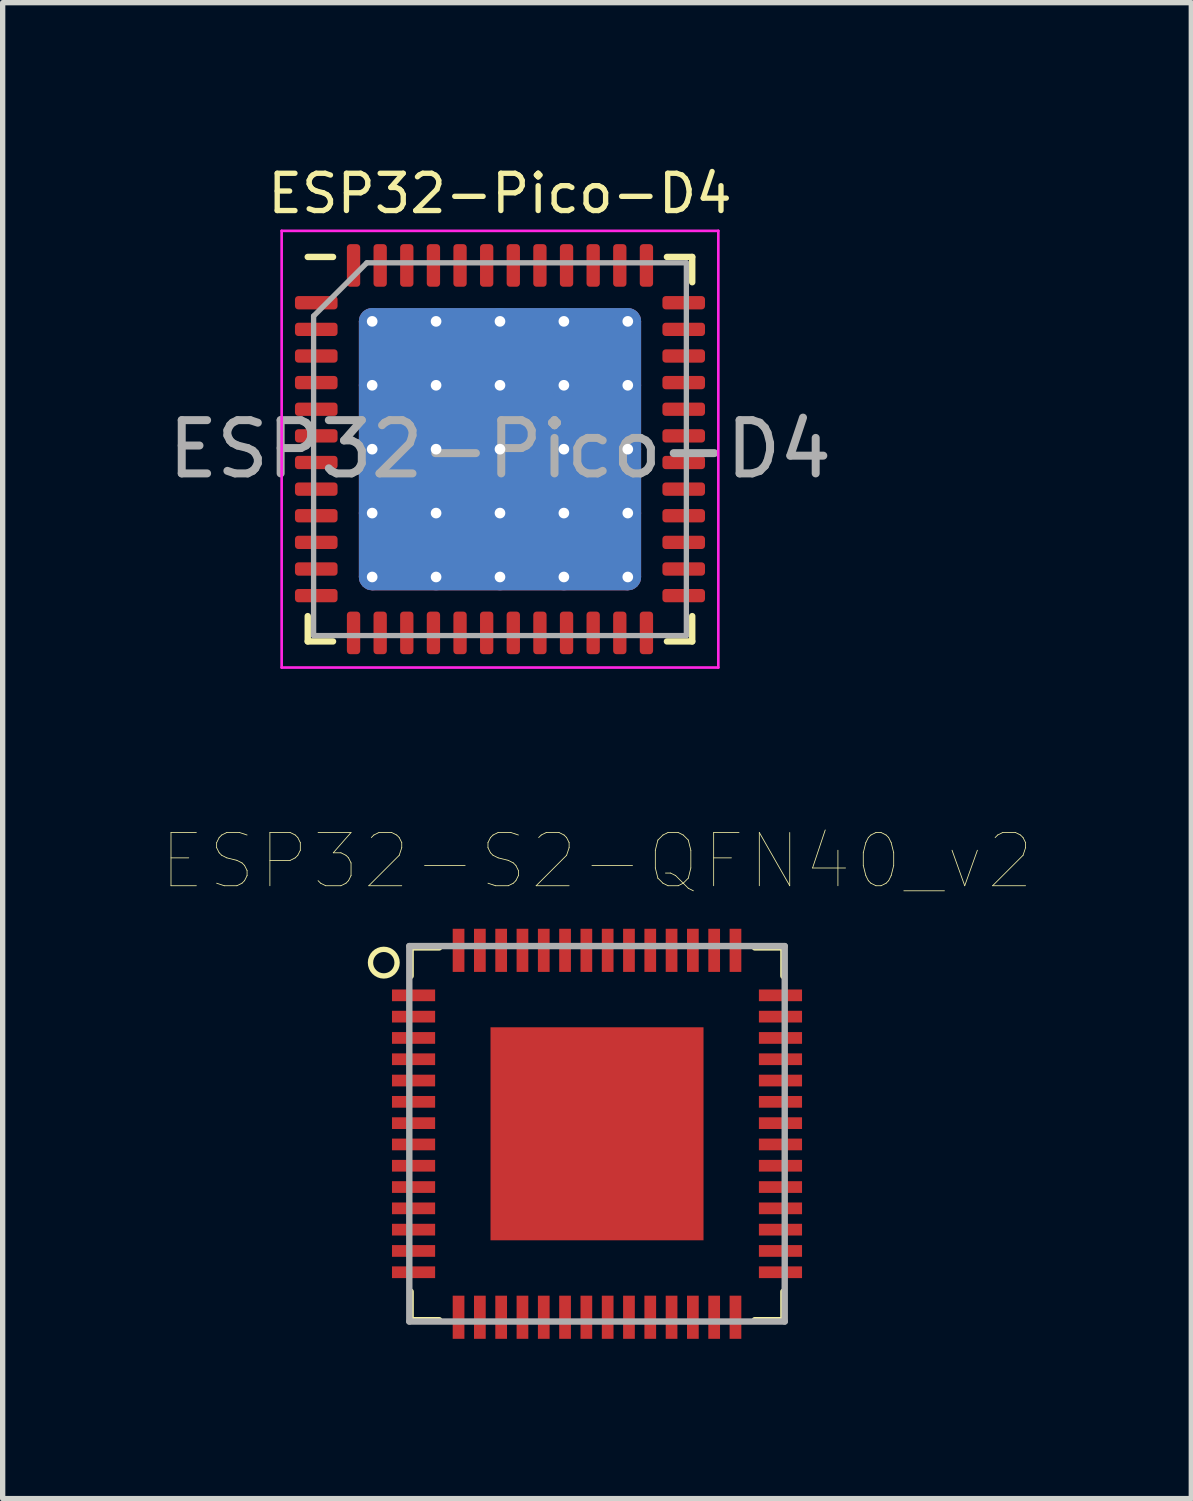
<source format=kicad_pcb>
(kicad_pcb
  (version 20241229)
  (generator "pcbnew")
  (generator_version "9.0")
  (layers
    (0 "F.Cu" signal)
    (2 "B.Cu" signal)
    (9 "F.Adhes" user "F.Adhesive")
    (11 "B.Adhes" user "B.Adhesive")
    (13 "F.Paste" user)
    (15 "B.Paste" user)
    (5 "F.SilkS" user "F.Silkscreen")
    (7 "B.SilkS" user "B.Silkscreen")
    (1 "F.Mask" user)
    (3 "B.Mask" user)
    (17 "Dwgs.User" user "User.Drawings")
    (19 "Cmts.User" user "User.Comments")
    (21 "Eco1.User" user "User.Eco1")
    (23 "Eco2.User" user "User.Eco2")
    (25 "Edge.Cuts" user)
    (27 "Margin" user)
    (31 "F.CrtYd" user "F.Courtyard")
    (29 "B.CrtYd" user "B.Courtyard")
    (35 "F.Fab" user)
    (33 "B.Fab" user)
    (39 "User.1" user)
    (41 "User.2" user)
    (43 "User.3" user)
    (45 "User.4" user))
  (footprint "ESP32-S2-QFN40_v2"
    (layer "F.Cu")
    (at 8.161 18.241)
    (property "Reference" "ESP32-S2-QFN40_v2" (at 0 -5.12 180) (layer "F.SilkS") (effects (font (size 1 1) (thickness 0.015))))
    (attr through_hole)
    (fp_line (start -3.5 -3.5) (end -2.964 -3.5) (stroke (width 0.12) (type solid)) (layer "F.SilkS"))
    (fp_line (start -3.5 -2.964) (end -3.5 -3.5) (stroke (width 0.12) (type solid)) (layer "F.SilkS"))
    (fp_line (start -3.5 2.964) (end -3.5 3.5) (stroke (width 0.12) (type solid)) (layer "F.SilkS"))
    (fp_line (start -3.5 3.5) (end -2.964 3.5) (stroke (width 0.12) (type solid)) (layer "F.SilkS"))
    (fp_line (start 3.5 -3.5) (end 2.964 -3.5) (stroke (width 0.12) (type solid)) (layer "F.SilkS"))
    (fp_line (start 3.5 -2.964) (end 3.5 -3.5) (stroke (width 0.12) (type solid)) (layer "F.SilkS"))
    (fp_line (start 3.5 2.964) (end 3.5 3.5) (stroke (width 0.12) (type solid)) (layer "F.SilkS"))
    (fp_line (start 3.5 3.5) (end 2.964 3.5) (stroke (width 0.12) (type solid)) (layer "F.SilkS"))
    (fp_circle (center -4.004 -3.214) (end -3.754 -3.214) (stroke (width 0.1) (type solid)) (fill no) (layer "F.SilkS"))
    (fp_line (start -3.525 -3.525) (end 3.525 -3.525) (stroke (width 0.12) (type solid)) (layer "F.Fab"))
    (fp_line (start -3.525 3.525) (end -3.525 -3.525) (stroke (width 0.12) (type solid)) (layer "F.Fab"))
    (fp_line (start 3.525 -3.525) (end 3.525 3.525) (stroke (width 0.12) (type solid)) (layer "F.Fab"))
    (fp_line (start 3.525 3.525) (end -3.525 3.525) (stroke (width 0.12) (type solid)) (layer "F.Fab"))
    (pad "" smd rect (at 0 0) (size 2.5 2.5) (layers "F.Paste"))
    (pad "1" smd rect (at -3.445 -2.6) (size 0.81 0.22) (layers "F.Cu" "F.Mask" "F.Paste"))
    (pad "2" smd rect (at -3.445 -2.2) (size 0.81 0.22) (layers "F.Cu" "F.Mask" "F.Paste"))
    (pad "3" smd rect (at -3.445 -1.8) (size 0.81 0.22) (layers "F.Cu" "F.Mask" "F.Paste"))
    (pad "4" smd rect (at -3.445 -1.4) (size 0.81 0.22) (layers "F.Cu" "F.Mask" "F.Paste"))
    (pad "5" smd rect (at -3.445 -1) (size 0.81 0.22) (layers "F.Cu" "F.Mask" "F.Paste"))
    (pad "6" smd rect (at -3.445 -0.6) (size 0.81 0.22) (layers "F.Cu" "F.Mask" "F.Paste"))
    (pad "7" smd rect (at -3.445 -0.2) (size 0.81 0.22) (layers "F.Cu" "F.Mask" "F.Paste"))
    (pad "8" smd rect (at -3.445 0.2) (size 0.81 0.22) (layers "F.Cu" "F.Mask" "F.Paste"))
    (pad "9" smd rect (at -3.445 0.6) (size 0.81 0.22) (layers "F.Cu" "F.Mask" "F.Paste"))
    (pad "10" smd rect (at -3.445 1) (size 0.81 0.22) (layers "F.Cu" "F.Mask" "F.Paste"))
    (pad "11" smd rect (at -3.445 1.4) (size 0.81 0.22) (layers "F.Cu" "F.Mask" "F.Paste"))
    (pad "12" smd rect (at -3.445 1.8) (size 0.81 0.22) (layers "F.Cu" "F.Mask" "F.Paste"))
    (pad "13" smd rect (at -3.445 2.2) (size 0.81 0.22) (layers "F.Cu" "F.Mask" "F.Paste"))
    (pad "14" smd rect (at -3.445 2.6) (size 0.81 0.22) (layers "F.Cu" "F.Mask" "F.Paste"))
    (pad "15" smd rect (at -2.6 3.445) (size 0.22 0.81) (layers "F.Cu" "F.Mask" "F.Paste"))
    (pad "16" smd rect (at -2.2 3.445) (size 0.22 0.81) (layers "F.Cu" "F.Mask" "F.Paste"))
    (pad "17" smd rect (at -1.8 3.445) (size 0.22 0.81) (layers "F.Cu" "F.Mask" "F.Paste"))
    (pad "18" smd rect (at -1.4 3.445) (size 0.22 0.81) (layers "F.Cu" "F.Mask" "F.Paste"))
    (pad "19" smd rect (at -1 3.445) (size 0.22 0.81) (layers "F.Cu" "F.Mask" "F.Paste"))
    (pad "20" smd rect (at -0.6 3.445) (size 0.22 0.81) (layers "F.Cu" "F.Mask" "F.Paste"))
    (pad "21" smd rect (at -0.2 3.445) (size 0.22 0.81) (layers "F.Cu" "F.Mask" "F.Paste"))
    (pad "22" smd rect (at 0.2 3.445) (size 0.22 0.81) (layers "F.Cu" "F.Mask" "F.Paste"))
    (pad "23" smd rect (at 0.6 3.445) (size 0.22 0.81) (layers "F.Cu" "F.Mask" "F.Paste"))
    (pad "24" smd rect (at 1 3.445) (size 0.22 0.81) (layers "F.Cu" "F.Mask" "F.Paste"))
    (pad "25" smd rect (at 1.4 3.445) (size 0.22 0.81) (layers "F.Cu" "F.Mask" "F.Paste"))
    (pad "26" smd rect (at 1.8 3.445) (size 0.22 0.81) (layers "F.Cu" "F.Mask" "F.Paste"))
    (pad "27" smd rect (at 2.2 3.445) (size 0.22 0.81) (layers "F.Cu" "F.Mask" "F.Paste"))
    (pad "28" smd rect (at 2.6 3.445) (size 0.22 0.81) (layers "F.Cu" "F.Mask" "F.Paste"))
    (pad "29" smd rect (at 3.445 2.6) (size 0.81 0.22) (layers "F.Cu" "F.Mask" "F.Paste"))
    (pad "30" smd rect (at 3.445 2.2) (size 0.81 0.22) (layers "F.Cu" "F.Mask" "F.Paste"))
    (pad "31" smd rect (at 3.445 1.8) (size 0.81 0.22) (layers "F.Cu" "F.Mask" "F.Paste"))
    (pad "32" smd rect (at 3.445 1.4) (size 0.81 0.22) (layers "F.Cu" "F.Mask" "F.Paste"))
    (pad "33" smd rect (at 3.445 1) (size 0.81 0.22) (layers "F.Cu" "F.Mask" "F.Paste"))
    (pad "34" smd rect (at 3.445 0.6) (size 0.81 0.22) (layers "F.Cu" "F.Mask" "F.Paste"))
    (pad "35" smd rect (at 3.445 0.2) (size 0.81 0.22) (layers "F.Cu" "F.Mask" "F.Paste"))
    (pad "36" smd rect (at 3.445 -0.2) (size 0.81 0.22) (layers "F.Cu" "F.Mask" "F.Paste"))
    (pad "37" smd rect (at 3.445 -0.6) (size 0.81 0.22) (layers "F.Cu" "F.Mask" "F.Paste"))
    (pad "38" smd rect (at 3.445 -1) (size 0.81 0.22) (layers "F.Cu" "F.Mask" "F.Paste"))
    (pad "39" smd rect (at 3.445 -1.4) (size 0.81 0.22) (layers "F.Cu" "F.Mask" "F.Paste"))
    (pad "40" smd rect (at 3.445 -1.8) (size 0.81 0.22) (layers "F.Cu" "F.Mask" "F.Paste"))
    (pad "41" smd rect (at 3.445 -2.2) (size 0.81 0.22) (layers "F.Cu" "F.Mask" "F.Paste"))
    (pad "42" smd rect (at 3.445 -2.6) (size 0.81 0.22) (layers "F.Cu" "F.Mask" "F.Paste"))
    (pad "43" smd rect (at 2.6 -3.445) (size 0.22 0.81) (layers "F.Cu" "F.Mask" "F.Paste"))
    (pad "44" smd rect (at 2.2 -3.445) (size 0.22 0.81) (layers "F.Cu" "F.Mask" "F.Paste"))
    (pad "45" smd rect (at 1.8 -3.445) (size 0.22 0.81) (layers "F.Cu" "F.Mask" "F.Paste"))
    (pad "46" smd rect (at 1.4 -3.445) (size 0.22 0.81) (layers "F.Cu" "F.Mask" "F.Paste"))
    (pad "47" smd rect (at 1 -3.445) (size 0.22 0.81) (layers "F.Cu" "F.Mask" "F.Paste"))
    (pad "48" smd rect (at 0.6 -3.445) (size 0.22 0.81) (layers "F.Cu" "F.Mask" "F.Paste"))
    (pad "49" smd rect (at 0.2 -3.445) (size 0.22 0.81) (layers "F.Cu" "F.Mask" "F.Paste"))
    (pad "50" smd rect (at -0.2 -3.445) (size 0.22 0.81) (layers "F.Cu" "F.Mask" "F.Paste"))
    (pad "51" smd rect (at -0.6 -3.445) (size 0.22 0.81) (layers "F.Cu" "F.Mask" "F.Paste"))
    (pad "52" smd rect (at -1 -3.445) (size 0.22 0.81) (layers "F.Cu" "F.Mask" "F.Paste"))
    (pad "53" smd rect (at -1.4 -3.445) (size 0.22 0.81) (layers "F.Cu" "F.Mask" "F.Paste"))
    (pad "54" smd rect (at -1.8 -3.445) (size 0.22 0.81) (layers "F.Cu" "F.Mask" "F.Paste"))
    (pad "55" smd rect (at -2.2 -3.445) (size 0.22 0.81) (layers "F.Cu" "F.Mask" "F.Paste"))
    (pad "56" smd rect (at -2.6 -3.445) (size 0.22 0.81) (layers "F.Cu" "F.Mask" "F.Paste"))
    (pad "57" smd rect (at 0 0) (size 4 4) (layers "F.Cu" "F.Mask")))
  (footprint "ESP32-Pico-D4"
    (layer "F.Cu")
    (at 6.339 5.385)
    (property "Reference" "ESP32-Pico-D4" (at 0 -4.8 0) (layer "F.SilkS") (effects (font (size 0.7 0.7) (thickness 0.1))))
    (attr smd)
    (fp_line (start -3.61 3.61) (end -3.61 3.135) (stroke (width 0.12) (type solid)) (layer "F.SilkS"))
    (fp_line (start -3.135 -3.61) (end -3.61 -3.61) (stroke (width 0.12) (type solid)) (layer "F.SilkS"))
    (fp_line (start -3.135 3.61) (end -3.61 3.61) (stroke (width 0.12) (type solid)) (layer "F.SilkS"))
    (fp_line (start 3.135 -3.61) (end 3.61 -3.61) (stroke (width 0.12) (type solid)) (layer "F.SilkS"))
    (fp_line (start 3.135 3.61) (end 3.61 3.61) (stroke (width 0.12) (type solid)) (layer "F.SilkS"))
    (fp_line (start 3.61 -3.61) (end 3.61 -3.135) (stroke (width 0.12) (type solid)) (layer "F.SilkS"))
    (fp_line (start 3.61 3.61) (end 3.61 3.135) (stroke (width 0.12) (type solid)) (layer "F.SilkS"))
    (fp_line (start -4.1 -4.1) (end -4.1 4.1) (stroke (width 0.05) (type solid)) (layer "F.CrtYd"))
    (fp_line (start -4.1 4.1) (end 4.1 4.1) (stroke (width 0.05) (type solid)) (layer "F.CrtYd"))
    (fp_line (start 4.1 -4.1) (end -4.1 -4.1) (stroke (width 0.05) (type solid)) (layer "F.CrtYd"))
    (fp_line (start 4.1 4.1) (end 4.1 -4.1) (stroke (width 0.05) (type solid)) (layer "F.CrtYd"))
    (fp_line (start -3.5 -2.5) (end -2.5 -3.5) (stroke (width 0.1) (type solid)) (layer "F.Fab"))
    (fp_line (start -3.5 3.5) (end -3.5 -2.5) (stroke (width 0.1) (type solid)) (layer "F.Fab"))
    (fp_line (start -2.5 -3.5) (end 3.5 -3.5) (stroke (width 0.1) (type solid)) (layer "F.Fab"))
    (fp_line (start 3.5 -3.5) (end 3.5 3.5) (stroke (width 0.1) (type solid)) (layer "F.Fab"))
    (fp_line (start 3.5 3.5) (end -3.5 3.5) (stroke (width 0.1) (type solid)) (layer "F.Fab"))
    (fp_text user "${REFERENCE}" (at 0 0 0) (layer "F.Fab") (effects (font (size 1 1) (thickness 0.15))))
    (pad "" smd roundrect (at -0.6 -0.6) (size 0.8 0.8) (layers "F.Paste") (roundrect_rratio 0.244))
    (pad "" smd roundrect (at -0.6 0.6) (size 0.8 0.8) (layers "F.Paste") (roundrect_rratio 0.244))
    (pad "" smd roundrect (at 0.6 -0.6) (size 0.8 0.8) (layers "F.Paste") (roundrect_rratio 0.244))
    (pad "" smd roundrect (at 0.6 0.6) (size 0.8 0.8) (layers "F.Paste") (roundrect_rratio 0.244))
    (pad "1" smd roundrect (at -3.45 -2.75) (size 0.8 0.25) (layers "F.Cu" "F.Mask" "F.Paste") (roundrect_rratio 0.25))
    (pad "2" smd roundrect (at -3.45 -2.25) (size 0.8 0.25) (layers "F.Cu" "F.Mask" "F.Paste") (roundrect_rratio 0.25))
    (pad "3" smd roundrect (at -3.45 -1.75) (size 0.8 0.25) (layers "F.Cu" "F.Mask" "F.Paste") (roundrect_rratio 0.25))
    (pad "4" smd roundrect (at -3.45 -1.25) (size 0.8 0.25) (layers "F.Cu" "F.Mask" "F.Paste") (roundrect_rratio 0.25))
    (pad "5" smd roundrect (at -3.45 -0.75) (size 0.8 0.25) (layers "F.Cu" "F.Mask" "F.Paste") (roundrect_rratio 0.25))
    (pad "6" smd roundrect (at -3.45 -0.25) (size 0.8 0.25) (layers "F.Cu" "F.Mask" "F.Paste") (roundrect_rratio 0.25))
    (pad "7" smd roundrect (at -3.45 0.25) (size 0.8 0.25) (layers "F.Cu" "F.Mask" "F.Paste") (roundrect_rratio 0.25))
    (pad "8" smd roundrect (at -3.45 0.75) (size 0.8 0.25) (layers "F.Cu" "F.Mask" "F.Paste") (roundrect_rratio 0.25))
    (pad "9" smd roundrect (at -3.45 1.25) (size 0.8 0.25) (layers "F.Cu" "F.Mask" "F.Paste") (roundrect_rratio 0.25))
    (pad "10" smd roundrect (at -3.45 1.75) (size 0.8 0.25) (layers "F.Cu" "F.Mask" "F.Paste") (roundrect_rratio 0.25))
    (pad "11" smd roundrect (at -3.45 2.25) (size 0.8 0.25) (layers "F.Cu" "F.Mask" "F.Paste") (roundrect_rratio 0.25))
    (pad "12" smd roundrect (at -3.45 2.75) (size 0.8 0.25) (layers "F.Cu" "F.Mask" "F.Paste") (roundrect_rratio 0.25))
    (pad "13" smd roundrect (at -2.75 3.45) (size 0.25 0.8) (layers "F.Cu" "F.Mask" "F.Paste") (roundrect_rratio 0.25))
    (pad "14" smd roundrect (at -2.25 3.45) (size 0.25 0.8) (layers "F.Cu" "F.Mask" "F.Paste") (roundrect_rratio 0.25))
    (pad "15" smd roundrect (at -1.75 3.45) (size 0.25 0.8) (layers "F.Cu" "F.Mask" "F.Paste") (roundrect_rratio 0.25))
    (pad "16" smd roundrect (at -1.25 3.45) (size 0.25 0.8) (layers "F.Cu" "F.Mask" "F.Paste") (roundrect_rratio 0.25))
    (pad "17" smd roundrect (at -0.75 3.45) (size 0.25 0.8) (layers "F.Cu" "F.Mask" "F.Paste") (roundrect_rratio 0.25))
    (pad "18" smd roundrect (at -0.25 3.45) (size 0.25 0.8) (layers "F.Cu" "F.Mask" "F.Paste") (roundrect_rratio 0.25))
    (pad "19" smd roundrect (at 0.25 3.45) (size 0.25 0.8) (layers "F.Cu" "F.Mask" "F.Paste") (roundrect_rratio 0.25))
    (pad "20" smd roundrect (at 0.75 3.45) (size 0.25 0.8) (layers "F.Cu" "F.Mask" "F.Paste") (roundrect_rratio 0.25))
    (pad "21" smd roundrect (at 1.25 3.45) (size 0.25 0.8) (layers "F.Cu" "F.Mask" "F.Paste") (roundrect_rratio 0.25))
    (pad "22" smd roundrect (at 1.75 3.45) (size 0.25 0.8) (layers "F.Cu" "F.Mask" "F.Paste") (roundrect_rratio 0.25))
    (pad "23" smd roundrect (at 2.25 3.45) (size 0.25 0.8) (layers "F.Cu" "F.Mask" "F.Paste") (roundrect_rratio 0.25))
    (pad "24" smd roundrect (at 2.75 3.45) (size 0.25 0.8) (layers "F.Cu" "F.Mask" "F.Paste") (roundrect_rratio 0.25))
    (pad "25" smd roundrect (at 3.45 2.75) (size 0.8 0.25) (layers "F.Cu" "F.Mask" "F.Paste") (roundrect_rratio 0.25))
    (pad "26" smd roundrect (at 3.45 2.25) (size 0.8 0.25) (layers "F.Cu" "F.Mask" "F.Paste") (roundrect_rratio 0.25))
    (pad "27" smd roundrect (at 3.45 1.75) (size 0.8 0.25) (layers "F.Cu" "F.Mask" "F.Paste") (roundrect_rratio 0.25))
    (pad "28" smd roundrect (at 3.45 1.25) (size 0.8 0.25) (layers "F.Cu" "F.Mask" "F.Paste") (roundrect_rratio 0.25))
    (pad "29" smd roundrect (at 3.45 0.75) (size 0.8 0.25) (layers "F.Cu" "F.Mask" "F.Paste") (roundrect_rratio 0.25))
    (pad "30" smd roundrect (at 3.45 0.25) (size 0.8 0.25) (layers "F.Cu" "F.Mask" "F.Paste") (roundrect_rratio 0.25))
    (pad "31" smd roundrect (at 3.45 -0.25) (size 0.8 0.25) (layers "F.Cu" "F.Mask" "F.Paste") (roundrect_rratio 0.25))
    (pad "32" smd roundrect (at 3.45 -0.75) (size 0.8 0.25) (layers "F.Cu" "F.Mask" "F.Paste") (roundrect_rratio 0.25))
    (pad "33" smd roundrect (at 3.45 -1.25) (size 0.8 0.25) (layers "F.Cu" "F.Mask" "F.Paste") (roundrect_rratio 0.25))
    (pad "34" smd roundrect (at 3.45 -1.75) (size 0.8 0.25) (layers "F.Cu" "F.Mask" "F.Paste") (roundrect_rratio 0.25))
    (pad "35" smd roundrect (at 3.45 -2.25) (size 0.8 0.25) (layers "F.Cu" "F.Mask" "F.Paste") (roundrect_rratio 0.25))
    (pad "36" smd roundrect (at 3.45 -2.75) (size 0.8 0.25) (layers "F.Cu" "F.Mask" "F.Paste") (roundrect_rratio 0.25))
    (pad "37" smd roundrect (at 2.75 -3.45) (size 0.25 0.8) (layers "F.Cu" "F.Mask" "F.Paste") (roundrect_rratio 0.25))
    (pad "38" smd roundrect (at 2.25 -3.45) (size 0.25 0.8) (layers "F.Cu" "F.Mask" "F.Paste") (roundrect_rratio 0.25))
    (pad "39" smd roundrect (at 1.75 -3.45) (size 0.25 0.8) (layers "F.Cu" "F.Mask" "F.Paste") (roundrect_rratio 0.25))
    (pad "40" smd roundrect (at 1.25 -3.45) (size 0.25 0.8) (layers "F.Cu" "F.Mask" "F.Paste") (roundrect_rratio 0.25))
    (pad "41" smd roundrect (at 0.75 -3.45) (size 0.25 0.8) (layers "F.Cu" "F.Mask" "F.Paste") (roundrect_rratio 0.25))
    (pad "42" smd roundrect (at 0.25 -3.45) (size 0.25 0.8) (layers "F.Cu" "F.Mask" "F.Paste") (roundrect_rratio 0.25))
    (pad "43" smd roundrect (at -0.25 -3.45) (size 0.25 0.8) (layers "F.Cu" "F.Mask" "F.Paste") (roundrect_rratio 0.25))
    (pad "44" smd roundrect (at -0.75 -3.45) (size 0.25 0.8) (layers "F.Cu" "F.Mask" "F.Paste") (roundrect_rratio 0.25))
    (pad "45" smd roundrect (at -1.25 -3.45) (size 0.25 0.8) (layers "F.Cu" "F.Mask" "F.Paste") (roundrect_rratio 0.25))
    (pad "46" smd roundrect (at -1.75 -3.45) (size 0.25 0.8) (layers "F.Cu" "F.Mask" "F.Paste") (roundrect_rratio 0.25))
    (pad "47" smd roundrect (at -2.25 -3.45) (size 0.25 0.8) (layers "F.Cu" "F.Mask" "F.Paste") (roundrect_rratio 0.25))
    (pad "48" smd roundrect (at -2.75 -3.45) (size 0.25 0.8) (layers "F.Cu" "F.Mask" "F.Paste") (roundrect_rratio 0.25))
    (pad "49" thru_hole circle (at -2.4 -2.4) (size 0.5 0.5) (drill 0.2) (layers "*.Cu"))
    (pad "49" thru_hole circle (at -2.4 -1.2) (size 0.5 0.5) (drill 0.2) (layers "*.Cu"))
    (pad "49" thru_hole circle (at -2.4 0) (size 0.5 0.5) (drill 0.2) (layers "*.Cu"))
    (pad "49" thru_hole circle (at -2.4 1.2) (size 0.5 0.5) (drill 0.2) (layers "*.Cu"))
    (pad "49" thru_hole circle (at -2.4 2.4) (size 0.5 0.5) (drill 0.2) (layers "*.Cu"))
    (pad "49" thru_hole circle (at -1.2 -2.4) (size 0.5 0.5) (drill 0.2) (layers "*.Cu"))
    (pad "49" thru_hole circle (at -1.2 -1.2) (size 0.5 0.5) (drill 0.2) (layers "*.Cu"))
    (pad "49" thru_hole circle (at -1.2 0) (size 0.5 0.5) (drill 0.2) (layers "*.Cu"))
    (pad "49" thru_hole circle (at -1.2 1.2) (size 0.5 0.5) (drill 0.2) (layers "*.Cu"))
    (pad "49" thru_hole circle (at -1.2 2.4) (size 0.5 0.5) (drill 0.2) (layers "*.Cu"))
    (pad "49" thru_hole circle (at 0 -2.4) (size 0.5 0.5) (drill 0.2) (layers "*.Cu"))
    (pad "49" thru_hole circle (at 0 -1.2) (size 0.5 0.5) (drill 0.2) (layers "*.Cu"))
    (pad "49" thru_hole circle (at 0 0) (size 0.5 0.5) (drill 0.2) (layers "*.Cu"))
    (pad "49" smd roundrect (at 0 0) (size 5.3 5.3) (layers "F.Cu" "F.Mask") (roundrect_rratio 0.047))
    (pad "49" smd roundrect (at 0 0) (size 5.3 5.3) (layers "B.Cu") (roundrect_rratio 0.047))
    (pad "49" thru_hole circle (at 0 1.2) (size 0.5 0.5) (drill 0.2) (layers "*.Cu"))
    (pad "49" thru_hole circle (at 0 2.4) (size 0.5 0.5) (drill 0.2) (layers "*.Cu"))
    (pad "49" thru_hole circle (at 1.2 -2.4) (size 0.5 0.5) (drill 0.2) (layers "*.Cu"))
    (pad "49" thru_hole circle (at 1.2 -1.2) (size 0.5 0.5) (drill 0.2) (layers "*.Cu"))
    (pad "49" thru_hole circle (at 1.2 0) (size 0.5 0.5) (drill 0.2) (layers "*.Cu"))
    (pad "49" thru_hole circle (at 1.2 1.2) (size 0.5 0.5) (drill 0.2) (layers "*.Cu"))
    (pad "49" thru_hole circle (at 1.2 2.4) (size 0.5 0.5) (drill 0.2) (layers "*.Cu"))
    (pad "49" thru_hole circle (at 2.4 -2.4) (size 0.5 0.5) (drill 0.2) (layers "*.Cu"))
    (pad "49" thru_hole circle (at 2.4 -1.2) (size 0.5 0.5) (drill 0.2) (layers "*.Cu"))
    (pad "49" thru_hole circle (at 2.4 0) (size 0.5 0.5) (drill 0.2) (layers "*.Cu"))
    (pad "49" thru_hole circle (at 2.4 1.2) (size 0.5 0.5) (drill 0.2) (layers "*.Cu"))
    (pad "49" thru_hole circle (at 2.4 2.4) (size 0.5 0.5) (drill 0.2) (layers "*.Cu")))
  (gr_rect
    (start -3 -3)
    (end 19.321 25.091)
    (stroke (width 0.1) (type default))
    (fill no)
    (layer "Edge.Cuts")))
</source>
